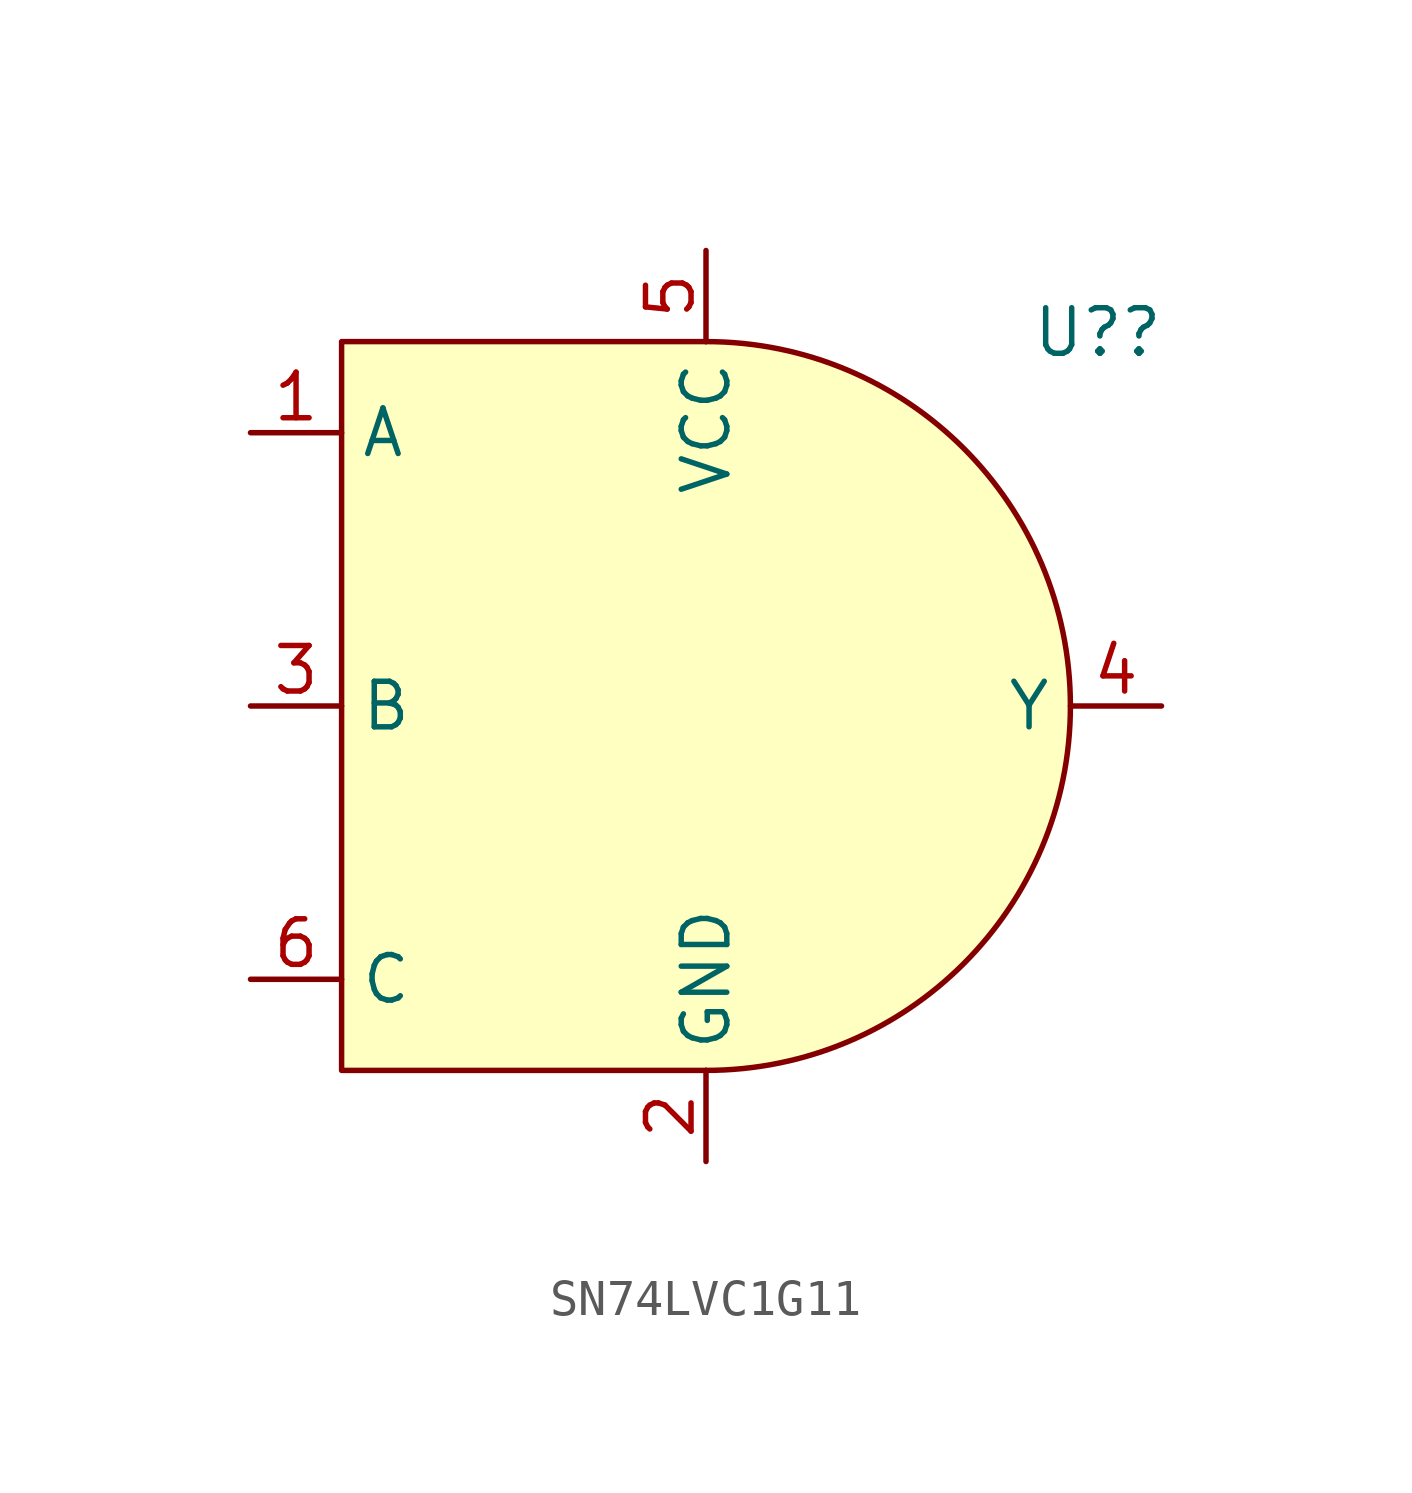
<source format=kicad_sym>
(kicad_symbol_lib
  (version 20241209)
  (generator "kicad_symbol_editor")
  (generator_version "9.0")
  (symbol "SN74LVC1G11"
    (property "Reference" "U?"
      (at 10.922 10.414 0)
      (effects (font (size 1.27 1.27))))
    (property "Value" ""
      (at 0 0 0)
      (effects (font (size 1.27 1.27))))
    (symbol "SN74LVC1G11_1_1"
      (polyline (pts (xy 0 10.16) (xy -10.16 10.16) (xy -10.16 -10.16) (xy 0 -10.16)) (stroke (width 0) (type solid)) (fill (type background)))
      (arc (start 0 10.16) (mid 10.16 0) (end 0 -10.16) (stroke (width 0) (type solid)) (fill (type background)))
      (pin input line (at -12.7 7.62 0) (length 2.54) (name "A" (effects (font (size 1.27 1.27)))) (number "1" (effects (font (size 1.27 1.27)))))
      (pin input line (at -12.7 0 0) (length 2.54) (name "B" (effects (font (size 1.27 1.27)))) (number "3" (effects (font (size 1.27 1.27)))))
      (pin input line (at -12.7 -7.62 0) (length 2.54) (name "C" (effects (font (size 1.27 1.27)))) (number "6" (effects (font (size 1.27 1.27)))))
      (pin power_in line (at 0 12.7 270) (length 2.54) (name "VCC" (effects (font (size 1.27 1.27)))) (number "5" (effects (font (size 1.27 1.27)))))
      (pin power_out line (at 0 -12.7 90) (length 2.54) (name "GND" (effects (font (size 1.27 1.27)))) (number "2" (effects (font (size 1.27 1.27)))))
      (pin output line (at 12.7 0 180) (length 2.54) (name "Y" (effects (font (size 1.27 1.27)))) (number "4" (effects (font (size 1.27 1.27))))))))
</source>
